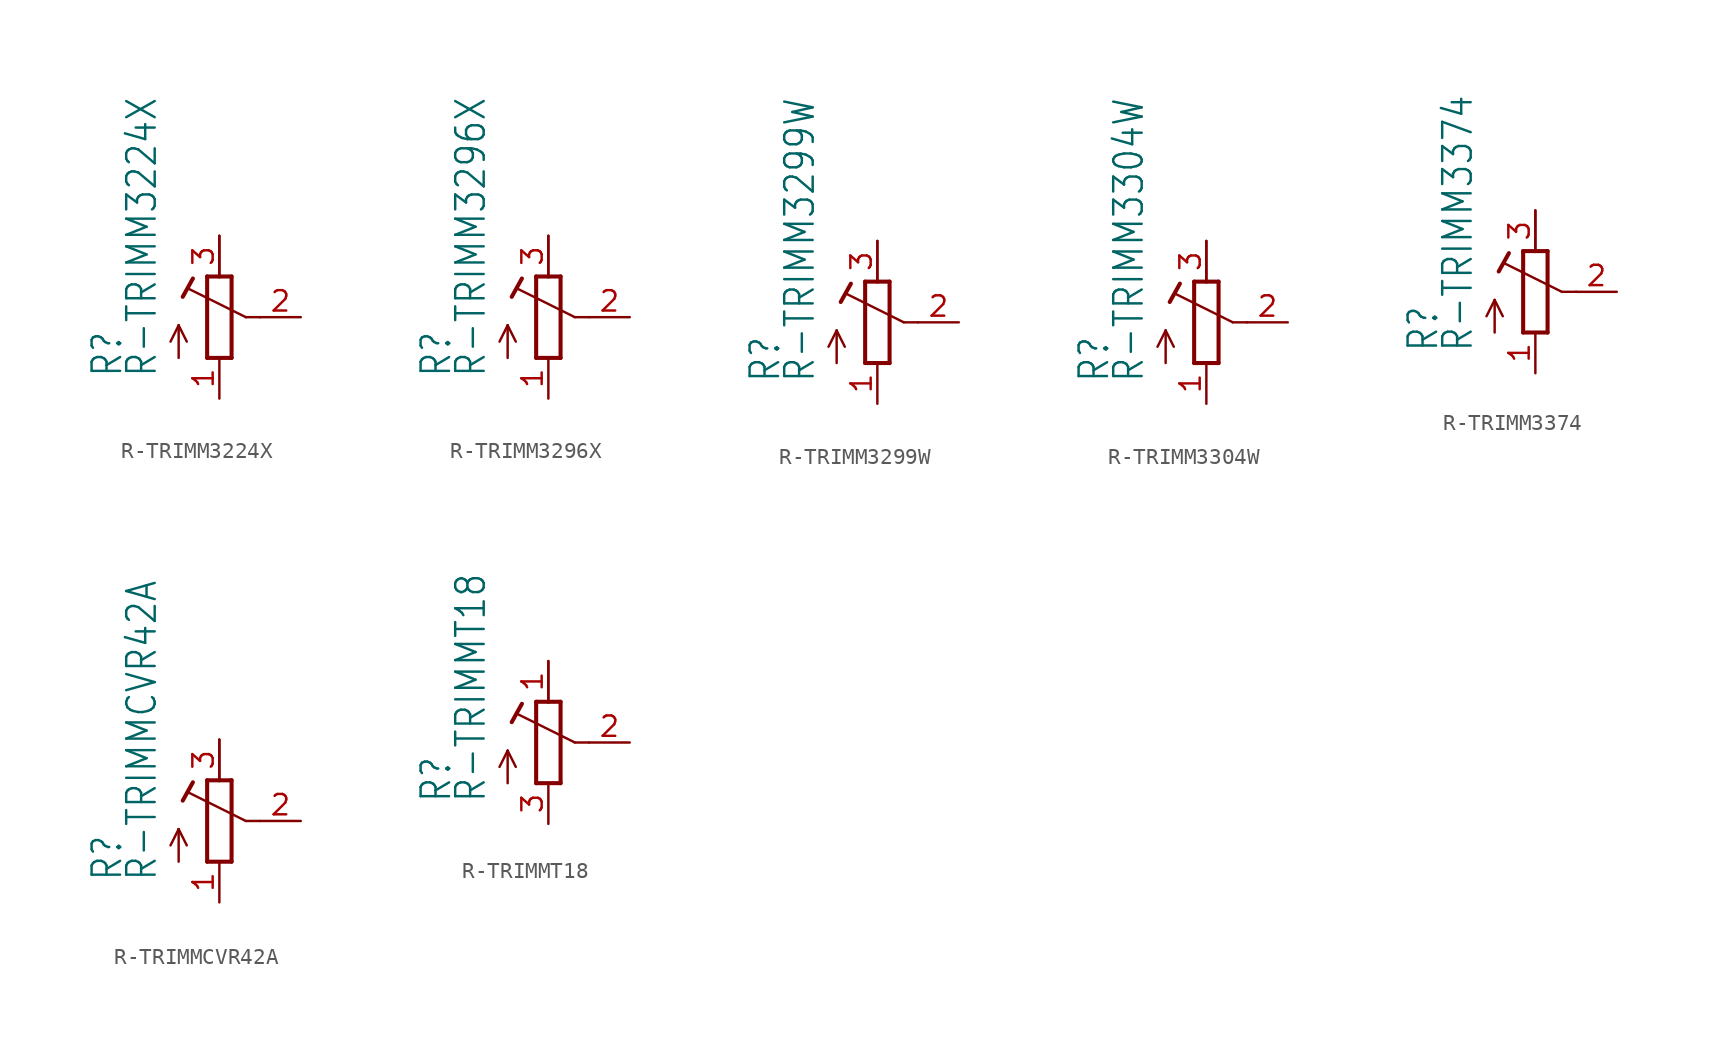
<source format=kicad_sym>
(kicad_symbol_lib
  (version 20211014)
  (generator kicad_symbol_editor)
  (symbol "R-TRIMM3224X"
    (property "Reference" "R"
      (at -5.969 -3.81 90)
      (effects (font (size 1.778 1.511)) (justify left bottom)))
    (property "Value" "R-TRIMM3224X"
      (at -3.81 -3.81 90)
      (effects (font (size 1.778 1.511)) (justify left bottom)))
    (property "ki_locked" ""
      (at 0 0 0)
      (effects (font (size 1.27 1.27))))
    (symbol "R-TRIMM3224X_1_0"
      (polyline (pts (xy -2.54 -2.54) (xy -2.54 -0.508)) (stroke (width 0.152) (type default) (color 0 0 0 0)) (fill (type none)))
      (polyline (pts (xy -2.54 -0.508) (xy -3.048 -1.524)) (stroke (width 0.152) (type default) (color 0 0 0 0)) (fill (type none)))
      (polyline (pts (xy -2.54 -0.508) (xy -2.032 -1.524)) (stroke (width 0.152) (type default) (color 0 0 0 0)) (fill (type none)))
      (polyline (pts (xy -2.286 1.27) (xy -1.651 2.413)) (stroke (width 0.254) (type default) (color 0 0 0 0)) (fill (type none)))
      (polyline (pts (xy -0.762 -2.54) (xy 0.762 -2.54)) (stroke (width 0.254) (type default) (color 0 0 0 0)) (fill (type none)))
      (polyline (pts (xy -0.762 2.54) (xy -0.762 -2.54)) (stroke (width 0.254) (type default) (color 0 0 0 0)) (fill (type none)))
      (polyline (pts (xy 0 2.54) (xy -0.762 2.54)) (stroke (width 0.254) (type default) (color 0 0 0 0)) (fill (type none)))
      (polyline (pts (xy 0 2.54) (xy 0 5.08)) (stroke (width 0.152) (type default) (color 0 0 0 0)) (fill (type none)))
      (polyline (pts (xy 0.762 -2.54) (xy 0.762 2.54)) (stroke (width 0.254) (type default) (color 0 0 0 0)) (fill (type none)))
      (polyline (pts (xy 0.762 2.54) (xy 0 2.54)) (stroke (width 0.254) (type default) (color 0 0 0 0)) (fill (type none)))
      (polyline (pts (xy 1.651 0) (xy -1.88 1.753)) (stroke (width 0.152) (type default) (color 0 0 0 0)) (fill (type none)))
      (polyline (pts (xy 2.54 0) (xy 1.651 0)) (stroke (width 0.152) (type default) (color 0 0 0 0)) (fill (type none)))
      (pin passive line (at 0 -5.08 90) (length 2.54) (name "A" (effects (font (size 0 0)))) (number "1" (effects (font (size 1.27 1.27)))))
      (pin passive line (at 5.08 0 180) (length 2.54) (name "S" (effects (font (size 0 0)))) (number "2" (effects (font (size 1.27 1.27)))))
      (pin passive line (at 0 5.08 270) (length 2.54) (name "E" (effects (font (size 0 0)))) (number "3" (effects (font (size 1.27 1.27)))))))
  (symbol "R-TRIMM3296X"
    (property "Reference" "R"
      (at -5.969 -3.81 90)
      (effects (font (size 1.778 1.511)) (justify left bottom)))
    (property "Value" "R-TRIMM3296X"
      (at -3.81 -3.81 90)
      (effects (font (size 1.778 1.511)) (justify left bottom)))
    (property "ki_locked" ""
      (at 0 0 0)
      (effects (font (size 1.27 1.27))))
    (symbol "R-TRIMM3296X_1_0"
      (polyline (pts (xy -2.54 -2.54) (xy -2.54 -0.508)) (stroke (width 0.152) (type default) (color 0 0 0 0)) (fill (type none)))
      (polyline (pts (xy -2.54 -0.508) (xy -3.048 -1.524)) (stroke (width 0.152) (type default) (color 0 0 0 0)) (fill (type none)))
      (polyline (pts (xy -2.54 -0.508) (xy -2.032 -1.524)) (stroke (width 0.152) (type default) (color 0 0 0 0)) (fill (type none)))
      (polyline (pts (xy -2.286 1.27) (xy -1.651 2.413)) (stroke (width 0.254) (type default) (color 0 0 0 0)) (fill (type none)))
      (polyline (pts (xy -0.762 -2.54) (xy 0.762 -2.54)) (stroke (width 0.254) (type default) (color 0 0 0 0)) (fill (type none)))
      (polyline (pts (xy -0.762 2.54) (xy -0.762 -2.54)) (stroke (width 0.254) (type default) (color 0 0 0 0)) (fill (type none)))
      (polyline (pts (xy 0 2.54) (xy -0.762 2.54)) (stroke (width 0.254) (type default) (color 0 0 0 0)) (fill (type none)))
      (polyline (pts (xy 0 2.54) (xy 0 5.08)) (stroke (width 0.152) (type default) (color 0 0 0 0)) (fill (type none)))
      (polyline (pts (xy 0.762 -2.54) (xy 0.762 2.54)) (stroke (width 0.254) (type default) (color 0 0 0 0)) (fill (type none)))
      (polyline (pts (xy 0.762 2.54) (xy 0 2.54)) (stroke (width 0.254) (type default) (color 0 0 0 0)) (fill (type none)))
      (polyline (pts (xy 1.651 0) (xy -1.88 1.753)) (stroke (width 0.152) (type default) (color 0 0 0 0)) (fill (type none)))
      (polyline (pts (xy 2.54 0) (xy 1.651 0)) (stroke (width 0.152) (type default) (color 0 0 0 0)) (fill (type none)))
      (pin passive line (at 0 -5.08 90) (length 2.54) (name "A" (effects (font (size 0 0)))) (number "1" (effects (font (size 1.27 1.27)))))
      (pin passive line (at 5.08 0 180) (length 2.54) (name "S" (effects (font (size 0 0)))) (number "2" (effects (font (size 1.27 1.27)))))
      (pin passive line (at 0 5.08 270) (length 2.54) (name "E" (effects (font (size 0 0)))) (number "3" (effects (font (size 1.27 1.27)))))))
  (symbol "R-TRIMM3299W"
    (property "Reference" "R"
      (at -5.969 -3.81 90)
      (effects (font (size 1.778 1.511)) (justify left bottom)))
    (property "Value" "R-TRIMM3299W"
      (at -3.81 -3.81 90)
      (effects (font (size 1.778 1.511)) (justify left bottom)))
    (property "ki_locked" ""
      (at 0 0 0)
      (effects (font (size 1.27 1.27))))
    (symbol "R-TRIMM3299W_1_0"
      (polyline (pts (xy -2.54 -2.54) (xy -2.54 -0.508)) (stroke (width 0.152) (type default) (color 0 0 0 0)) (fill (type none)))
      (polyline (pts (xy -2.54 -0.508) (xy -3.048 -1.524)) (stroke (width 0.152) (type default) (color 0 0 0 0)) (fill (type none)))
      (polyline (pts (xy -2.54 -0.508) (xy -2.032 -1.524)) (stroke (width 0.152) (type default) (color 0 0 0 0)) (fill (type none)))
      (polyline (pts (xy -2.286 1.27) (xy -1.651 2.413)) (stroke (width 0.254) (type default) (color 0 0 0 0)) (fill (type none)))
      (polyline (pts (xy -0.762 -2.54) (xy 0.762 -2.54)) (stroke (width 0.254) (type default) (color 0 0 0 0)) (fill (type none)))
      (polyline (pts (xy -0.762 2.54) (xy -0.762 -2.54)) (stroke (width 0.254) (type default) (color 0 0 0 0)) (fill (type none)))
      (polyline (pts (xy 0 2.54) (xy -0.762 2.54)) (stroke (width 0.254) (type default) (color 0 0 0 0)) (fill (type none)))
      (polyline (pts (xy 0 2.54) (xy 0 5.08)) (stroke (width 0.152) (type default) (color 0 0 0 0)) (fill (type none)))
      (polyline (pts (xy 0.762 -2.54) (xy 0.762 2.54)) (stroke (width 0.254) (type default) (color 0 0 0 0)) (fill (type none)))
      (polyline (pts (xy 0.762 2.54) (xy 0 2.54)) (stroke (width 0.254) (type default) (color 0 0 0 0)) (fill (type none)))
      (polyline (pts (xy 1.651 0) (xy -1.88 1.753)) (stroke (width 0.152) (type default) (color 0 0 0 0)) (fill (type none)))
      (polyline (pts (xy 2.54 0) (xy 1.651 0)) (stroke (width 0.152) (type default) (color 0 0 0 0)) (fill (type none)))
      (pin passive line (at 0 -5.08 90) (length 2.54) (name "A" (effects (font (size 0 0)))) (number "1" (effects (font (size 1.27 1.27)))))
      (pin passive line (at 5.08 0 180) (length 2.54) (name "S" (effects (font (size 0 0)))) (number "2" (effects (font (size 1.27 1.27)))))
      (pin passive line (at 0 5.08 270) (length 2.54) (name "E" (effects (font (size 0 0)))) (number "3" (effects (font (size 1.27 1.27)))))))
  (symbol "R-TRIMM3304W"
    (property "Reference" "R"
      (at -5.969 -3.81 90)
      (effects (font (size 1.778 1.511)) (justify left bottom)))
    (property "Value" "R-TRIMM3304W"
      (at -3.81 -3.81 90)
      (effects (font (size 1.778 1.511)) (justify left bottom)))
    (property "ki_locked" ""
      (at 0 0 0)
      (effects (font (size 1.27 1.27))))
    (symbol "R-TRIMM3304W_1_0"
      (polyline (pts (xy -2.54 -2.54) (xy -2.54 -0.508)) (stroke (width 0.152) (type default) (color 0 0 0 0)) (fill (type none)))
      (polyline (pts (xy -2.54 -0.508) (xy -3.048 -1.524)) (stroke (width 0.152) (type default) (color 0 0 0 0)) (fill (type none)))
      (polyline (pts (xy -2.54 -0.508) (xy -2.032 -1.524)) (stroke (width 0.152) (type default) (color 0 0 0 0)) (fill (type none)))
      (polyline (pts (xy -2.286 1.27) (xy -1.651 2.413)) (stroke (width 0.254) (type default) (color 0 0 0 0)) (fill (type none)))
      (polyline (pts (xy -0.762 -2.54) (xy 0.762 -2.54)) (stroke (width 0.254) (type default) (color 0 0 0 0)) (fill (type none)))
      (polyline (pts (xy -0.762 2.54) (xy -0.762 -2.54)) (stroke (width 0.254) (type default) (color 0 0 0 0)) (fill (type none)))
      (polyline (pts (xy 0 2.54) (xy -0.762 2.54)) (stroke (width 0.254) (type default) (color 0 0 0 0)) (fill (type none)))
      (polyline (pts (xy 0 2.54) (xy 0 5.08)) (stroke (width 0.152) (type default) (color 0 0 0 0)) (fill (type none)))
      (polyline (pts (xy 0.762 -2.54) (xy 0.762 2.54)) (stroke (width 0.254) (type default) (color 0 0 0 0)) (fill (type none)))
      (polyline (pts (xy 0.762 2.54) (xy 0 2.54)) (stroke (width 0.254) (type default) (color 0 0 0 0)) (fill (type none)))
      (polyline (pts (xy 1.651 0) (xy -1.88 1.753)) (stroke (width 0.152) (type default) (color 0 0 0 0)) (fill (type none)))
      (polyline (pts (xy 2.54 0) (xy 1.651 0)) (stroke (width 0.152) (type default) (color 0 0 0 0)) (fill (type none)))
      (pin passive line (at 0 -5.08 90) (length 2.54) (name "A" (effects (font (size 0 0)))) (number "1" (effects (font (size 1.27 1.27)))))
      (pin passive line (at 5.08 0 180) (length 2.54) (name "S" (effects (font (size 0 0)))) (number "2" (effects (font (size 1.27 1.27)))))
      (pin passive line (at 0 5.08 270) (length 2.54) (name "E" (effects (font (size 0 0)))) (number "3" (effects (font (size 1.27 1.27)))))))
  (symbol "R-TRIMM3374"
    (property "Reference" "R"
      (at -5.969 -3.81 90)
      (effects (font (size 1.778 1.511)) (justify left bottom)))
    (property "Value" "R-TRIMM3374"
      (at -3.81 -3.81 90)
      (effects (font (size 1.778 1.511)) (justify left bottom)))
    (property "ki_locked" ""
      (at 0 0 0)
      (effects (font (size 1.27 1.27))))
    (symbol "R-TRIMM3374_1_0"
      (polyline (pts (xy -2.54 -2.54) (xy -2.54 -0.508)) (stroke (width 0.152) (type default) (color 0 0 0 0)) (fill (type none)))
      (polyline (pts (xy -2.54 -0.508) (xy -3.048 -1.524)) (stroke (width 0.152) (type default) (color 0 0 0 0)) (fill (type none)))
      (polyline (pts (xy -2.54 -0.508) (xy -2.032 -1.524)) (stroke (width 0.152) (type default) (color 0 0 0 0)) (fill (type none)))
      (polyline (pts (xy -2.286 1.27) (xy -1.651 2.413)) (stroke (width 0.254) (type default) (color 0 0 0 0)) (fill (type none)))
      (polyline (pts (xy -0.762 -2.54) (xy 0.762 -2.54)) (stroke (width 0.254) (type default) (color 0 0 0 0)) (fill (type none)))
      (polyline (pts (xy -0.762 2.54) (xy -0.762 -2.54)) (stroke (width 0.254) (type default) (color 0 0 0 0)) (fill (type none)))
      (polyline (pts (xy 0 2.54) (xy -0.762 2.54)) (stroke (width 0.254) (type default) (color 0 0 0 0)) (fill (type none)))
      (polyline (pts (xy 0 2.54) (xy 0 5.08)) (stroke (width 0.152) (type default) (color 0 0 0 0)) (fill (type none)))
      (polyline (pts (xy 0.762 -2.54) (xy 0.762 2.54)) (stroke (width 0.254) (type default) (color 0 0 0 0)) (fill (type none)))
      (polyline (pts (xy 0.762 2.54) (xy 0 2.54)) (stroke (width 0.254) (type default) (color 0 0 0 0)) (fill (type none)))
      (polyline (pts (xy 1.651 0) (xy -1.88 1.753)) (stroke (width 0.152) (type default) (color 0 0 0 0)) (fill (type none)))
      (polyline (pts (xy 2.54 0) (xy 1.651 0)) (stroke (width 0.152) (type default) (color 0 0 0 0)) (fill (type none)))
      (pin passive line (at 0 -5.08 90) (length 2.54) (name "A" (effects (font (size 0 0)))) (number "1" (effects (font (size 1.27 1.27)))))
      (pin passive line (at 5.08 0 180) (length 2.54) (name "S" (effects (font (size 0 0)))) (number "2" (effects (font (size 1.27 1.27)))))
      (pin passive line (at 0 5.08 270) (length 2.54) (name "E" (effects (font (size 0 0)))) (number "3" (effects (font (size 1.27 1.27)))))))
  (symbol "R-TRIMMCVR42A"
    (property "Reference" "R"
      (at -5.969 -3.81 90)
      (effects (font (size 1.778 1.511)) (justify left bottom)))
    (property "Value" "R-TRIMMCVR42A"
      (at -3.81 -3.81 90)
      (effects (font (size 1.778 1.511)) (justify left bottom)))
    (property "ki_locked" ""
      (at 0 0 0)
      (effects (font (size 1.27 1.27))))
    (symbol "R-TRIMMCVR42A_1_0"
      (polyline (pts (xy -2.54 -2.54) (xy -2.54 -0.508)) (stroke (width 0.152) (type default) (color 0 0 0 0)) (fill (type none)))
      (polyline (pts (xy -2.54 -0.508) (xy -3.048 -1.524)) (stroke (width 0.152) (type default) (color 0 0 0 0)) (fill (type none)))
      (polyline (pts (xy -2.54 -0.508) (xy -2.032 -1.524)) (stroke (width 0.152) (type default) (color 0 0 0 0)) (fill (type none)))
      (polyline (pts (xy -2.286 1.27) (xy -1.651 2.413)) (stroke (width 0.254) (type default) (color 0 0 0 0)) (fill (type none)))
      (polyline (pts (xy -0.762 -2.54) (xy 0.762 -2.54)) (stroke (width 0.254) (type default) (color 0 0 0 0)) (fill (type none)))
      (polyline (pts (xy -0.762 2.54) (xy -0.762 -2.54)) (stroke (width 0.254) (type default) (color 0 0 0 0)) (fill (type none)))
      (polyline (pts (xy 0 2.54) (xy -0.762 2.54)) (stroke (width 0.254) (type default) (color 0 0 0 0)) (fill (type none)))
      (polyline (pts (xy 0 2.54) (xy 0 5.08)) (stroke (width 0.152) (type default) (color 0 0 0 0)) (fill (type none)))
      (polyline (pts (xy 0.762 -2.54) (xy 0.762 2.54)) (stroke (width 0.254) (type default) (color 0 0 0 0)) (fill (type none)))
      (polyline (pts (xy 0.762 2.54) (xy 0 2.54)) (stroke (width 0.254) (type default) (color 0 0 0 0)) (fill (type none)))
      (polyline (pts (xy 1.651 0) (xy -1.88 1.753)) (stroke (width 0.152) (type default) (color 0 0 0 0)) (fill (type none)))
      (polyline (pts (xy 2.54 0) (xy 1.651 0)) (stroke (width 0.152) (type default) (color 0 0 0 0)) (fill (type none)))
      (pin passive line (at 0 -5.08 90) (length 2.54) (name "A" (effects (font (size 0 0)))) (number "1" (effects (font (size 1.27 1.27)))))
      (pin passive line (at 5.08 0 180) (length 2.54) (name "S" (effects (font (size 0 0)))) (number "2" (effects (font (size 1.27 1.27)))))
      (pin passive line (at 0 5.08 270) (length 2.54) (name "E" (effects (font (size 0 0)))) (number "3" (effects (font (size 1.27 1.27)))))))
  (symbol "R-TRIMMT18"
    (property "Reference" "R"
      (at -5.969 -3.81 90)
      (effects (font (size 1.778 1.511)) (justify left bottom)))
    (property "Value" "R-TRIMMT18"
      (at -3.81 -3.81 90)
      (effects (font (size 1.778 1.511)) (justify left bottom)))
    (property "ki_locked" ""
      (at 0 0 0)
      (effects (font (size 1.27 1.27))))
    (symbol "R-TRIMMT18_1_0"
      (polyline (pts (xy -2.54 -2.54) (xy -2.54 -0.508)) (stroke (width 0.152) (type default) (color 0 0 0 0)) (fill (type none)))
      (polyline (pts (xy -2.54 -0.508) (xy -3.048 -1.524)) (stroke (width 0.152) (type default) (color 0 0 0 0)) (fill (type none)))
      (polyline (pts (xy -2.54 -0.508) (xy -2.032 -1.524)) (stroke (width 0.152) (type default) (color 0 0 0 0)) (fill (type none)))
      (polyline (pts (xy -2.286 1.27) (xy -1.651 2.413)) (stroke (width 0.254) (type default) (color 0 0 0 0)) (fill (type none)))
      (polyline (pts (xy -0.762 -2.54) (xy 0.762 -2.54)) (stroke (width 0.254) (type default) (color 0 0 0 0)) (fill (type none)))
      (polyline (pts (xy -0.762 2.54) (xy -0.762 -2.54)) (stroke (width 0.254) (type default) (color 0 0 0 0)) (fill (type none)))
      (polyline (pts (xy 0 2.54) (xy -0.762 2.54)) (stroke (width 0.254) (type default) (color 0 0 0 0)) (fill (type none)))
      (polyline (pts (xy 0 2.54) (xy 0 5.08)) (stroke (width 0.152) (type default) (color 0 0 0 0)) (fill (type none)))
      (polyline (pts (xy 0.762 -2.54) (xy 0.762 2.54)) (stroke (width 0.254) (type default) (color 0 0 0 0)) (fill (type none)))
      (polyline (pts (xy 0.762 2.54) (xy 0 2.54)) (stroke (width 0.254) (type default) (color 0 0 0 0)) (fill (type none)))
      (polyline (pts (xy 1.651 0) (xy -1.88 1.753)) (stroke (width 0.152) (type default) (color 0 0 0 0)) (fill (type none)))
      (polyline (pts (xy 2.54 0) (xy 1.651 0)) (stroke (width 0.152) (type default) (color 0 0 0 0)) (fill (type none)))
      (pin passive line (at 0 5.08 270) (length 2.54) (name "E" (effects (font (size 0 0)))) (number "1" (effects (font (size 1.27 1.27)))))
      (pin passive line (at 5.08 0 180) (length 2.54) (name "S" (effects (font (size 0 0)))) (number "2" (effects (font (size 1.27 1.27)))))
      (pin passive line (at 0 -5.08 90) (length 2.54) (name "A" (effects (font (size 0 0)))) (number "3" (effects (font (size 1.27 1.27))))))))
</source>
